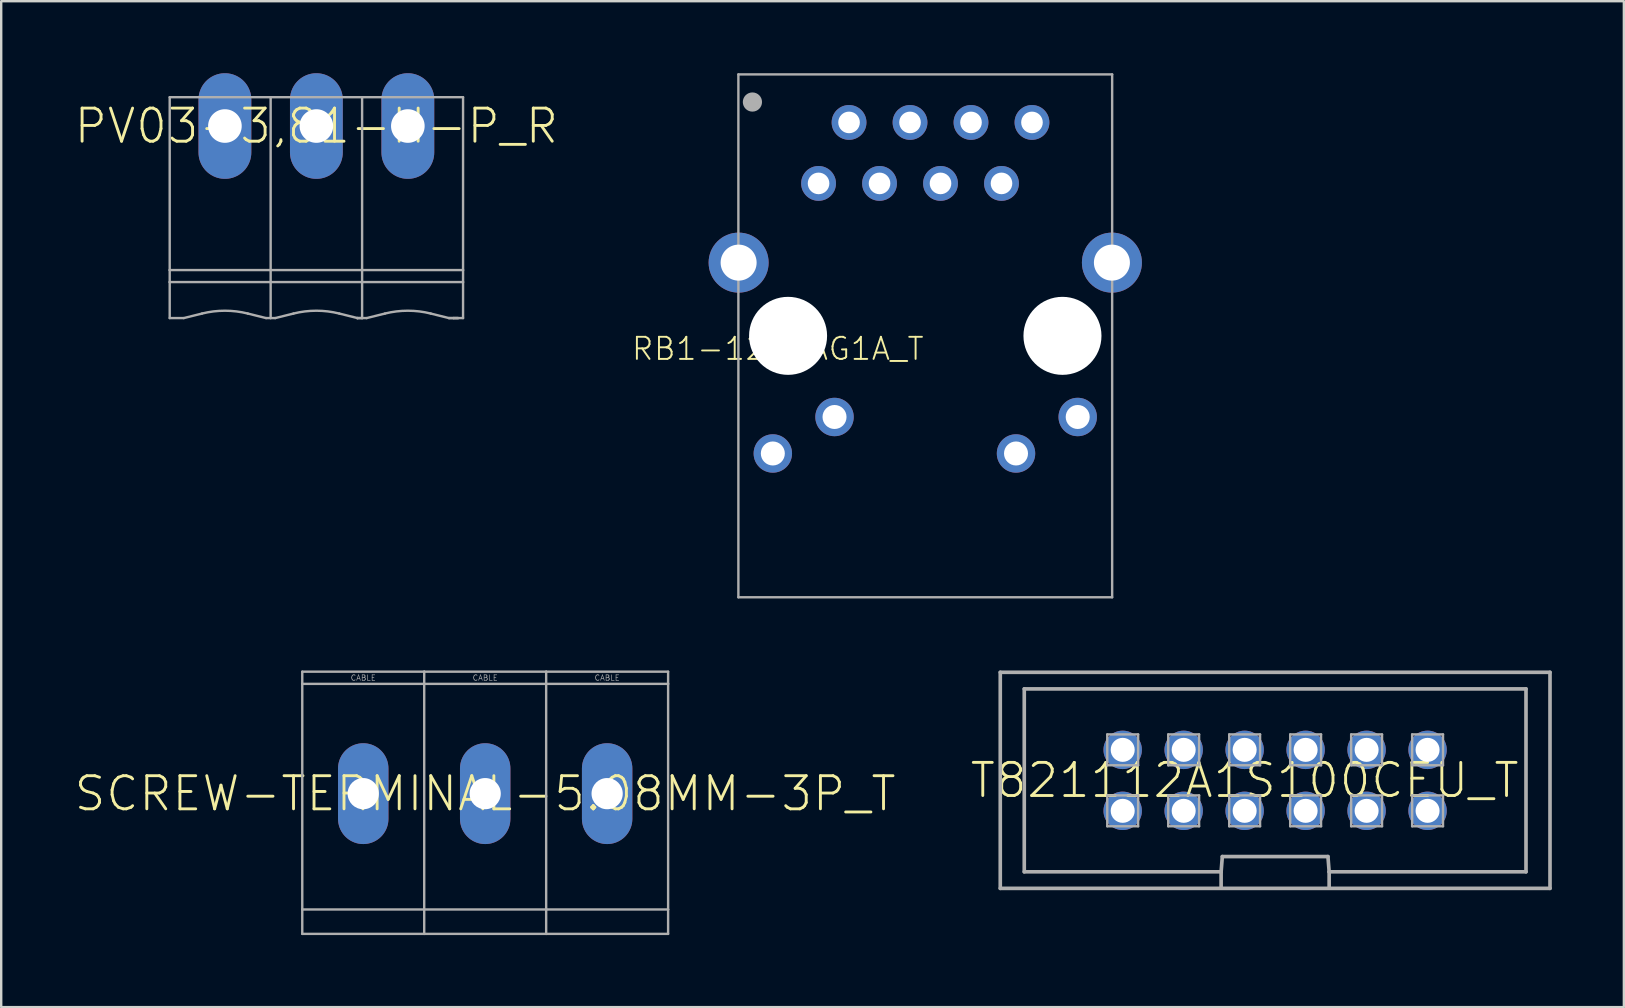
<source format=kicad_pcb>
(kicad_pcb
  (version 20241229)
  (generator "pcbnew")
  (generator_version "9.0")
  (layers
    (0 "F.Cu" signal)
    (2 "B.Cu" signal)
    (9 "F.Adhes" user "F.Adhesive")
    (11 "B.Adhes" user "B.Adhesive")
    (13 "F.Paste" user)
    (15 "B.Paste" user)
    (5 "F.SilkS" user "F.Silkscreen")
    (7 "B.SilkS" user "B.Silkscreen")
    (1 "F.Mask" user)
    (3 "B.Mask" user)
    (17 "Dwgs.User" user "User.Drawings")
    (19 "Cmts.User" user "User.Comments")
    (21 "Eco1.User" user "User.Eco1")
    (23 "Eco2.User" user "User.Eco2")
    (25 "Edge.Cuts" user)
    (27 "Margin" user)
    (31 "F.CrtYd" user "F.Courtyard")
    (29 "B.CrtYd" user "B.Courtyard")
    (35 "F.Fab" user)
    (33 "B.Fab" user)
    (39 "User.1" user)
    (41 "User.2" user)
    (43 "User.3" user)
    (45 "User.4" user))
  (footprint "PV03-3,81-H-P_R"
    (layer "F.Cu")
    (at 10.129 2.2)
    (property "Reference" "PV03-3,81-H-P_R" (at 0 0 0) (unlocked yes) (layer "F.SilkS") (effects (font (size 1.38 1.38) (thickness 0.12))))
    (fp_line (start -6.11 -1.2) (end -6.11 6) (stroke (width 0.1) (type solid)) (layer "F.Fab"))
    (fp_line (start -6.11 -1.2) (end -1.905 -1.2) (stroke (width 0.1) (type solid)) (layer "F.Fab"))
    (fp_line (start -6.11 6) (end -6.11 6.5) (stroke (width 0.1) (type solid)) (layer "F.Fab"))
    (fp_line (start -6.11 6) (end -1.905 6) (stroke (width 0.1) (type solid)) (layer "F.Fab"))
    (fp_line (start -6.11 6.5) (end -6.11 8) (stroke (width 0.1) (type solid)) (layer "F.Fab"))
    (fp_line (start -6.11 6.5) (end -1.905 6.5) (stroke (width 0.1) (type solid)) (layer "F.Fab"))
    (fp_line (start -6.11 8) (end -5.524 8) (stroke (width 0.1) (type solid)) (layer "F.Fab"))
    (fp_line (start -5.524 8) (end -4.763 7.811) (stroke (width 0.1) (type solid)) (layer "F.Fab"))
    (fp_line (start -2.095 8) (end -2.857 7.811) (stroke (width 0.1) (type solid)) (layer "F.Fab"))
    (fp_line (start -2.095 8) (end -1.905 8) (stroke (width 0.1) (type solid)) (layer "F.Fab"))
    (fp_line (start -1.905 -1.2) (end 1.905 -1.2) (stroke (width 0.1) (type solid)) (layer "F.Fab"))
    (fp_line (start -1.905 6) (end -1.905 -1.2) (stroke (width 0.1) (type solid)) (layer "F.Fab"))
    (fp_line (start -1.905 6) (end 1.905 6) (stroke (width 0.1) (type solid)) (layer "F.Fab"))
    (fp_line (start -1.905 6.5) (end -1.905 6) (stroke (width 0.1) (type solid)) (layer "F.Fab"))
    (fp_line (start -1.905 6.5) (end 1.905 6.5) (stroke (width 0.1) (type solid)) (layer "F.Fab"))
    (fp_line (start -1.905 8) (end -1.905 6.5) (stroke (width 0.1) (type solid)) (layer "F.Fab"))
    (fp_line (start -1.905 8) (end -1.714 8) (stroke (width 0.1) (type solid)) (layer "F.Fab"))
    (fp_line (start -1.714 8) (end -0.953 7.811) (stroke (width 0.1) (type solid)) (layer "F.Fab"))
    (fp_line (start 1.7 8) (end 1.714 8) (stroke (width 0.1) (type solid)) (layer "F.Fab"))
    (fp_line (start 1.7 8) (end 1.905 8) (stroke (width 0.1) (type solid)) (layer "F.Fab"))
    (fp_line (start 1.714 8) (end 0.953 7.811) (stroke (width 0.1) (type solid)) (layer "F.Fab"))
    (fp_line (start 1.714 8) (end 1.905 8) (stroke (width 0.1) (type solid)) (layer "F.Fab"))
    (fp_line (start 1.905 -1.2) (end 6.11 -1.2) (stroke (width 0.1) (type solid)) (layer "F.Fab"))
    (fp_line (start 1.905 6) (end 1.905 -1.2) (stroke (width 0.1) (type solid)) (layer "F.Fab"))
    (fp_line (start 1.905 6) (end 6.11 6) (stroke (width 0.1) (type solid)) (layer "F.Fab"))
    (fp_line (start 1.905 6.5) (end 1.905 6) (stroke (width 0.1) (type solid)) (layer "F.Fab"))
    (fp_line (start 1.905 6.5) (end 6.11 6.5) (stroke (width 0.1) (type solid)) (layer "F.Fab"))
    (fp_line (start 1.905 8) (end 1.905 6.5) (stroke (width 0.1) (type solid)) (layer "F.Fab"))
    (fp_line (start 2.095 8) (end 1.905 8) (stroke (width 0.1) (type solid)) (layer "F.Fab"))
    (fp_line (start 2.095 8) (end 2.857 7.811) (stroke (width 0.1) (type solid)) (layer "F.Fab"))
    (fp_line (start 5.524 8) (end 4.763 7.811) (stroke (width 0.1) (type solid)) (layer "F.Fab"))
    (fp_line (start 5.524 8) (end 5.715 8) (stroke (width 0.1) (type solid)) (layer "F.Fab"))
    (fp_line (start 5.524 8) (end 5.905 8) (stroke (width 0.1) (type solid)) (layer "F.Fab"))
    (fp_line (start 5.715 8) (end 5.905 8) (stroke (width 0.1) (type solid)) (layer "F.Fab"))
    (fp_line (start 5.715 8) (end 6.11 8) (stroke (width 0.1) (type solid)) (layer "F.Fab"))
    (fp_line (start 6.11 -1.2) (end 6.11 6) (stroke (width 0.1) (type solid)) (layer "F.Fab"))
    (fp_line (start 6.11 6) (end 6.11 6.5) (stroke (width 0.1) (type solid)) (layer "F.Fab"))
    (fp_line (start 6.11 6.5) (end 6.11 8) (stroke (width 0.1) (type solid)) (layer "F.Fab"))
    (fp_arc (start -4.7625 7.8105) (mid -3.81 7.693242) (end -2.8575 7.8105) (stroke (width 0.1) (type solid)) (layer "F.Fab"))
    (fp_arc (start -0.9525 7.8105) (mid 0 7.693242) (end 0.9525 7.8105) (stroke (width 0.1) (type solid)) (layer "F.Fab"))
    (fp_arc (start 2.8575 7.8105) (mid 3.81 7.693242) (end 4.7625 7.8105) (stroke (width 0.1) (type solid)) (layer "F.Fab"))
    (pad "1" thru_hole oval (at -3.81 0 90) (size 4.4 2.2) (drill 1.4) (layers "*.Cu" "*.Mask"))
    (pad "2" thru_hole oval (at 0 0 90) (size 4.4 2.2) (drill 1.4) (layers "*.Cu" "*.Mask"))
    (pad "3" thru_hole oval (at 3.81 0 90) (size 4.4 2.2) (drill 1.4) (layers "*.Cu" "*.Mask")))
  (footprint "RB1-125BAG1A_T"
    (layer "F.Cu")
    (at 35.493 10.94)
    (property "Reference" "RB1-125BAG1A_T" (at 0 0 0) (unlocked yes) (layer "F.SilkS") (effects (font (size 0.92 0.92) (thickness 0.08)) (justify right top)))
    (fp_line (start -7.785 -10.89) (end -7.785 10.89) (stroke (width 0.1) (type solid)) (layer "F.Fab"))
    (fp_line (start 7.785 -10.89) (end -7.785 -10.89) (stroke (width 0.1) (type solid)) (layer "F.Fab"))
    (fp_line (start 7.785 10.89) (end -7.785 10.89) (stroke (width 0.1) (type solid)) (layer "F.Fab"))
    (fp_line (start 7.785 10.89) (end 7.785 -10.89) (stroke (width 0.1) (type solid)) (layer "F.Fab"))
    (fp_circle (center -7.2 -9.74) (end -7 -9.74) (stroke (width 0.4) (type solid)) (fill no) (layer "F.Fab"))
    (pad "" np_thru_hole circle (at -5.715 0) (size 3.25 3.25) (drill 3.25) (layers "*.Cu" "*.Mask"))
    (pad "" np_thru_hole circle (at 5.715 0) (size 3.25 3.25) (drill 3.25) (layers "*.Cu" "*.Mask"))
    (pad "L1" thru_hole circle (at 6.35 3.38 180) (size 1.6 1.6) (drill 1) (layers "*.Cu" "*.Mask"))
    (pad "L2" thru_hole circle (at 3.78 4.9 180) (size 1.6 1.6) (drill 1) (layers "*.Cu" "*.Mask"))
    (pad "L3" thru_hole circle (at -3.78 3.38 180) (size 1.6 1.6) (drill 1) (layers "*.Cu" "*.Mask"))
    (pad "L4" thru_hole circle (at -6.35 4.9 180) (size 1.6 1.6) (drill 1) (layers "*.Cu" "*.Mask"))
    (pad "R1" thru_hole circle (at -4.445 -6.35) (size 1.45 1.45) (drill 0.9) (layers "*.Cu" "*.Mask"))
    (pad "R2" thru_hole circle (at -3.175 -8.89) (size 1.45 1.45) (drill 0.9) (layers "*.Cu" "*.Mask"))
    (pad "R3" thru_hole circle (at -1.905 -6.35) (size 1.45 1.45) (drill 0.9) (layers "*.Cu" "*.Mask"))
    (pad "R4" thru_hole circle (at -0.635 -8.89) (size 1.45 1.45) (drill 0.9) (layers "*.Cu" "*.Mask"))
    (pad "R5" thru_hole circle (at 0.635 -6.35) (size 1.45 1.45) (drill 0.9) (layers "*.Cu" "*.Mask"))
    (pad "R6" thru_hole circle (at 1.905 -8.89) (size 1.45 1.45) (drill 0.9) (layers "*.Cu" "*.Mask"))
    (pad "R7" thru_hole circle (at 3.175 -6.35) (size 1.45 1.45) (drill 0.9) (layers "*.Cu" "*.Mask"))
    (pad "R8" thru_hole circle (at 4.445 -8.89) (size 1.45 1.45) (drill 0.9) (layers "*.Cu" "*.Mask"))
    (pad "S1" thru_hole circle (at -7.775 -3.05 180) (size 2.5 2.5) (drill 1.5) (layers "*.Cu" "*.Mask"))
    (pad "S2" thru_hole circle (at 7.775 -3.05 180) (size 2.5 2.5) (drill 1.5) (layers "*.Cu" "*.Mask"))
    (zone (net_name "") (layer "F.Cu") (hatch edge 0.5) (connect_pads) (min_thickness 0.25) (filled_areas_thickness no) (keepout (tracks not_allowed) (vias not_allowed) (pads not_allowed) (copperpour not_allowed) (footprints allowed)) (placement (enabled no)) (fill) (polygon (pts (xy 29.178 10.94) (xy 29.178 5.54) (xy 30.378 5.54) (xy 30.378 10.94))))
    (zone (net_name "") (layer "F.Cu") (hatch edge 0.5) (connect_pads) (min_thickness 0.25) (filled_areas_thickness no) (keepout (tracks not_allowed) (vias not_allowed) (pads not_allowed) (copperpour not_allowed) (footprints allowed)) (placement (enabled no)) (fill) (polygon (pts (xy 33.993 17.84) (xy 33.993 16.34) (xy 36.993 16.34) (xy 36.993 17.84))))
    (zone (net_name "") (layer "F.Cu") (hatch edge 0.5) (connect_pads) (min_thickness 0.25) (filled_areas_thickness no) (keepout (tracks not_allowed) (vias not_allowed) (pads not_allowed) (copperpour not_allowed) (footprints allowed)) (placement (enabled no)) (fill) (polygon (pts (xy 40.608 10.94) (xy 40.608 5.54) (xy 41.808 5.54) (xy 41.808 10.94)))))
  (footprint "T821112A1S100CEU_T"
    (layer "F.Cu")
    (at 50.067 29.456)
    (property "Reference" "T821112A1S100CEU_T" (at -1.27 0 0) (unlocked yes) (layer "F.SilkS") (effects (font (size 1.38 1.38) (thickness 0.12))))
    (fp_line (start -11.45 -4.5) (end -11.45 4.5) (stroke (width 0.152) (type solid)) (layer "F.Fab"))
    (fp_line (start -11.45 4.5) (end 11.45 4.5) (stroke (width 0.152) (type solid)) (layer "F.Fab"))
    (fp_line (start -10.45 -3.81) (end -10.45 3.81) (stroke (width 0.152) (type solid)) (layer "F.Fab"))
    (fp_line (start -10.45 3.81) (end -2.25 3.81) (stroke (width 0.152) (type solid)) (layer "F.Fab"))
    (fp_line (start -6.993 -1.913) (end -6.993 -0.627) (stroke (width 0.1) (type solid)) (layer "F.Fab"))
    (fp_line (start -6.993 -0.627) (end -5.707 -0.627) (stroke (width 0.1) (type solid)) (layer "F.Fab"))
    (fp_line (start -6.993 0.627) (end -6.993 1.913) (stroke (width 0.1) (type solid)) (layer "F.Fab"))
    (fp_line (start -6.993 1.913) (end -5.707 1.913) (stroke (width 0.1) (type solid)) (layer "F.Fab"))
    (fp_line (start -5.707 -1.913) (end -6.993 -1.913) (stroke (width 0.1) (type solid)) (layer "F.Fab"))
    (fp_line (start -5.707 -0.627) (end -5.707 -1.913) (stroke (width 0.1) (type solid)) (layer "F.Fab"))
    (fp_line (start -5.707 0.627) (end -6.993 0.627) (stroke (width 0.1) (type solid)) (layer "F.Fab"))
    (fp_line (start -5.707 1.913) (end -5.707 0.627) (stroke (width 0.1) (type solid)) (layer "F.Fab"))
    (fp_line (start -4.453 -1.913) (end -4.453 -0.627) (stroke (width 0.1) (type solid)) (layer "F.Fab"))
    (fp_line (start -4.453 -0.627) (end -3.167 -0.627) (stroke (width 0.1) (type solid)) (layer "F.Fab"))
    (fp_line (start -4.453 0.627) (end -4.453 1.913) (stroke (width 0.1) (type solid)) (layer "F.Fab"))
    (fp_line (start -4.453 1.913) (end -3.167 1.913) (stroke (width 0.1) (type solid)) (layer "F.Fab"))
    (fp_line (start -3.167 -1.913) (end -4.453 -1.913) (stroke (width 0.1) (type solid)) (layer "F.Fab"))
    (fp_line (start -3.167 -0.627) (end -3.167 -1.913) (stroke (width 0.1) (type solid)) (layer "F.Fab"))
    (fp_line (start -3.167 0.627) (end -4.453 0.627) (stroke (width 0.1) (type solid)) (layer "F.Fab"))
    (fp_line (start -3.167 1.913) (end -3.167 0.627) (stroke (width 0.1) (type solid)) (layer "F.Fab"))
    (fp_line (start -2.25 3.81) (end -2.2 3.175) (stroke (width 0.152) (type solid)) (layer "F.Fab"))
    (fp_line (start -2.25 4.445) (end -2.25 3.81) (stroke (width 0.152) (type solid)) (layer "F.Fab"))
    (fp_line (start -2.2 3.175) (end 2.2 3.175) (stroke (width 0.152) (type solid)) (layer "F.Fab"))
    (fp_line (start -1.913 -1.913) (end -1.913 -0.627) (stroke (width 0.1) (type solid)) (layer "F.Fab"))
    (fp_line (start -1.913 -0.627) (end -0.627 -0.627) (stroke (width 0.1) (type solid)) (layer "F.Fab"))
    (fp_line (start -1.913 0.627) (end -1.913 1.913) (stroke (width 0.1) (type solid)) (layer "F.Fab"))
    (fp_line (start -1.913 1.913) (end -0.627 1.913) (stroke (width 0.1) (type solid)) (layer "F.Fab"))
    (fp_line (start -0.627 -1.913) (end -1.913 -1.913) (stroke (width 0.1) (type solid)) (layer "F.Fab"))
    (fp_line (start -0.627 -0.627) (end -0.627 -1.913) (stroke (width 0.1) (type solid)) (layer "F.Fab"))
    (fp_line (start -0.627 0.627) (end -1.913 0.627) (stroke (width 0.1) (type solid)) (layer "F.Fab"))
    (fp_line (start -0.627 1.913) (end -0.627 0.627) (stroke (width 0.1) (type solid)) (layer "F.Fab"))
    (fp_line (start 0.627 -1.913) (end 0.627 -0.627) (stroke (width 0.1) (type solid)) (layer "F.Fab"))
    (fp_line (start 0.627 -0.627) (end 1.913 -0.627) (stroke (width 0.1) (type solid)) (layer "F.Fab"))
    (fp_line (start 0.627 0.627) (end 0.627 1.913) (stroke (width 0.1) (type solid)) (layer "F.Fab"))
    (fp_line (start 0.627 1.913) (end 1.913 1.913) (stroke (width 0.1) (type solid)) (layer "F.Fab"))
    (fp_line (start 1.913 -1.913) (end 0.627 -1.913) (stroke (width 0.1) (type solid)) (layer "F.Fab"))
    (fp_line (start 1.913 -0.627) (end 1.913 -1.913) (stroke (width 0.1) (type solid)) (layer "F.Fab"))
    (fp_line (start 1.913 0.627) (end 0.627 0.627) (stroke (width 0.1) (type solid)) (layer "F.Fab"))
    (fp_line (start 1.913 1.913) (end 1.913 0.627) (stroke (width 0.1) (type solid)) (layer "F.Fab"))
    (fp_line (start 2.2 3.175) (end 2.25 3.81) (stroke (width 0.152) (type solid)) (layer "F.Fab"))
    (fp_line (start 2.25 3.81) (end 2.25 4.445) (stroke (width 0.152) (type solid)) (layer "F.Fab"))
    (fp_line (start 2.25 3.81) (end 10.45 3.81) (stroke (width 0.152) (type solid)) (layer "F.Fab"))
    (fp_line (start 3.167 -1.913) (end 3.167 -0.627) (stroke (width 0.1) (type solid)) (layer "F.Fab"))
    (fp_line (start 3.167 -0.627) (end 4.453 -0.627) (stroke (width 0.1) (type solid)) (layer "F.Fab"))
    (fp_line (start 3.167 0.627) (end 3.167 1.913) (stroke (width 0.1) (type solid)) (layer "F.Fab"))
    (fp_line (start 3.167 1.913) (end 4.453 1.913) (stroke (width 0.1) (type solid)) (layer "F.Fab"))
    (fp_line (start 4.453 -1.913) (end 3.167 -1.913) (stroke (width 0.1) (type solid)) (layer "F.Fab"))
    (fp_line (start 4.453 -0.627) (end 4.453 -1.913) (stroke (width 0.1) (type solid)) (layer "F.Fab"))
    (fp_line (start 4.453 0.627) (end 3.167 0.627) (stroke (width 0.1) (type solid)) (layer "F.Fab"))
    (fp_line (start 4.453 1.913) (end 4.453 0.627) (stroke (width 0.1) (type solid)) (layer "F.Fab"))
    (fp_line (start 5.707 -1.913) (end 5.707 -0.627) (stroke (width 0.1) (type solid)) (layer "F.Fab"))
    (fp_line (start 5.707 -0.627) (end 6.993 -0.627) (stroke (width 0.1) (type solid)) (layer "F.Fab"))
    (fp_line (start 5.707 0.627) (end 5.707 1.913) (stroke (width 0.1) (type solid)) (layer "F.Fab"))
    (fp_line (start 5.707 1.913) (end 6.993 1.913) (stroke (width 0.1) (type solid)) (layer "F.Fab"))
    (fp_line (start 6.993 -1.913) (end 5.707 -1.913) (stroke (width 0.1) (type solid)) (layer "F.Fab"))
    (fp_line (start 6.993 -0.627) (end 6.993 -1.913) (stroke (width 0.1) (type solid)) (layer "F.Fab"))
    (fp_line (start 6.993 0.627) (end 5.707 0.627) (stroke (width 0.1) (type solid)) (layer "F.Fab"))
    (fp_line (start 6.993 1.913) (end 6.993 0.627) (stroke (width 0.1) (type solid)) (layer "F.Fab"))
    (fp_line (start 10.45 -3.81) (end -10.45 -3.81) (stroke (width 0.152) (type solid)) (layer "F.Fab"))
    (fp_line (start 10.45 3.81) (end 10.45 -3.81) (stroke (width 0.152) (type solid)) (layer "F.Fab"))
    (fp_line (start 11.45 -4.5) (end -11.45 -4.5) (stroke (width 0.152) (type solid)) (layer "F.Fab"))
    (fp_line (start 11.45 4.5) (end 11.45 -4.5) (stroke (width 0.152) (type solid)) (layer "F.Fab"))
    (fp_text user "3" (at -3.81 1.27 90) (layer "F.Fab") (effects (font (size 0.366 0.366) (thickness 0.041))))
    (fp_text user "8" (at 1.27 -1.27 90) (layer "F.Fab") (effects (font (size 0.366 0.366) (thickness 0.041))))
    (fp_text user "12" (at 6.35 -1.27 90) (layer "F.Fab") (effects (font (size 0.366 0.366) (thickness 0.041))))
    (fp_text user "1" (at -6.35 1.27 90) (layer "F.Fab") (effects (font (size 0.366 0.366) (thickness 0.041))))
    (fp_text user "7" (at 1.27 1.27 90) (layer "F.Fab") (effects (font (size 0.366 0.366) (thickness 0.041))))
    (fp_text user "11" (at 6.35 1.27 90) (layer "F.Fab") (effects (font (size 0.366 0.366) (thickness 0.041))))
    (fp_text user "10" (at 3.81 -1.27 90) (layer "F.Fab") (effects (font (size 0.366 0.366) (thickness 0.041))))
    (fp_text user "6" (at -1.27 -1.27 90) (layer "F.Fab") (effects (font (size 0.366 0.366) (thickness 0.041))))
    (fp_text user "2" (at -6.35 -1.27 90) (layer "F.Fab") (effects (font (size 0.366 0.366) (thickness 0.041))))
    (fp_text user "4" (at -3.81 -1.27 90) (layer "F.Fab") (effects (font (size 0.366 0.366) (thickness 0.041))))
    (fp_text user "9" (at 3.81 1.27 90) (layer "F.Fab") (effects (font (size 0.366 0.366) (thickness 0.041))))
    (fp_text user "5" (at -1.27 1.27 90) (layer "F.Fab") (effects (font (size 0.366 0.366) (thickness 0.041))))
    (pad "1" thru_hole circle (at -6.35 1.27 90) (size 1.6 1.6) (drill 1) (layers "*.Cu" "*.Mask"))
    (pad "2" thru_hole circle (at -6.35 -1.27 90) (size 1.6 1.6) (drill 1) (layers "*.Cu" "*.Mask"))
    (pad "3" thru_hole circle (at -3.81 1.27 90) (size 1.6 1.6) (drill 1) (layers "*.Cu" "*.Mask"))
    (pad "4" thru_hole circle (at -3.81 -1.27 90) (size 1.6 1.6) (drill 1) (layers "*.Cu" "*.Mask"))
    (pad "5" thru_hole circle (at -1.27 1.27 90) (size 1.6 1.6) (drill 1) (layers "*.Cu" "*.Mask"))
    (pad "6" thru_hole circle (at -1.27 -1.27 90) (size 1.6 1.6) (drill 1) (layers "*.Cu" "*.Mask"))
    (pad "7" thru_hole circle (at 1.27 1.27 90) (size 1.6 1.6) (drill 1) (layers "*.Cu" "*.Mask"))
    (pad "8" thru_hole circle (at 1.27 -1.27 90) (size 1.6 1.6) (drill 1) (layers "*.Cu" "*.Mask"))
    (pad "9" thru_hole circle (at 3.81 1.27 90) (size 1.6 1.6) (drill 1) (layers "*.Cu" "*.Mask"))
    (pad "10" thru_hole circle (at 3.81 -1.27 90) (size 1.6 1.6) (drill 1) (layers "*.Cu" "*.Mask"))
    (pad "11" thru_hole circle (at 6.35 1.27 90) (size 1.6 1.6) (drill 1) (layers "*.Cu" "*.Mask"))
    (pad "12" thru_hole circle (at 6.35 -1.27 90) (size 1.6 1.6) (drill 1) (layers "*.Cu" "*.Mask")))
  (footprint "SCREW-TERMINAL-5.08MM-3P_T"
    (layer "F.Cu")
    (at 17.161 30.01)
    (property "Reference" "SCREW-TERMINAL-5.08MM-3P_T" (at 0 0 0) (unlocked yes) (layer "F.SilkS") (effects (font (size 1.38 1.38) (thickness 0.12))))
    (fp_line (start -7.62 -5.08) (end -7.62 -4.572) (stroke (width 0.1) (type solid)) (layer "F.Fab"))
    (fp_line (start -7.62 -4.572) (end -7.62 4.826) (stroke (width 0.1) (type solid)) (layer "F.Fab"))
    (fp_line (start -7.62 -4.572) (end 2.54 -4.572) (stroke (width 0.1) (type solid)) (layer "F.Fab"))
    (fp_line (start -7.62 4.826) (end -7.62 5.842) (stroke (width 0.1) (type solid)) (layer "F.Fab"))
    (fp_line (start -7.62 4.826) (end 2.54 4.826) (stroke (width 0.1) (type solid)) (layer "F.Fab"))
    (fp_line (start -7.62 5.842) (end -2.54 5.842) (stroke (width 0.1) (type solid)) (layer "F.Fab"))
    (fp_line (start -2.54 -5.08) (end -7.62 -5.08) (stroke (width 0.1) (type solid)) (layer "F.Fab"))
    (fp_line (start -2.54 -5.08) (end -2.54 5.842) (stroke (width 0.1) (type solid)) (layer "F.Fab"))
    (fp_line (start -2.54 5.842) (end 2.54 5.842) (stroke (width 0.1) (type solid)) (layer "F.Fab"))
    (fp_line (start 2.54 -5.08) (end -2.54 -5.08) (stroke (width 0.1) (type solid)) (layer "F.Fab"))
    (fp_line (start 2.54 -5.08) (end 7.62 -5.08) (stroke (width 0.1) (type solid)) (layer "F.Fab"))
    (fp_line (start 2.54 -4.572) (end 2.54 -5.08) (stroke (width 0.1) (type solid)) (layer "F.Fab"))
    (fp_line (start 2.54 -4.572) (end 7.62 -4.572) (stroke (width 0.1) (type solid)) (layer "F.Fab"))
    (fp_line (start 2.54 4.826) (end 2.54 -4.572) (stroke (width 0.1) (type solid)) (layer "F.Fab"))
    (fp_line (start 2.54 4.826) (end 7.62 4.826) (stroke (width 0.1) (type solid)) (layer "F.Fab"))
    (fp_line (start 2.54 5.842) (end 2.54 4.826) (stroke (width 0.1) (type solid)) (layer "F.Fab"))
    (fp_line (start 7.62 -5.08) (end 7.62 -4.572) (stroke (width 0.1) (type solid)) (layer "F.Fab"))
    (fp_line (start 7.62 -4.572) (end 7.62 4.826) (stroke (width 0.1) (type solid)) (layer "F.Fab"))
    (fp_line (start 7.62 4.826) (end 7.62 5.842) (stroke (width 0.1) (type solid)) (layer "F.Fab"))
    (fp_line (start 7.62 5.842) (end 2.54 5.842) (stroke (width 0.1) (type solid)) (layer "F.Fab"))
    (fp_text user "CABLE" (at -5.08 -4.826 0) (layer "F.Fab") (effects (font (size 0.229 0.229) (thickness 0.025))))
    (fp_text user "CABLE" (at 0 -4.826 0) (layer "F.Fab") (effects (font (size 0.229 0.229) (thickness 0.025))))
    (fp_text user "CABLE" (at 5.08 -4.826 0) (layer "F.Fab") (effects (font (size 0.229 0.229) (thickness 0.025))))
    (pad "1" thru_hole oval (at -5.08 0 90) (size 4.2 2.1) (drill 1.3) (layers "*.Cu" "*.Mask"))
    (pad "2" thru_hole oval (at 0 0 90) (size 4.2 2.1) (drill 1.3) (layers "*.Cu" "*.Mask"))
    (pad "3" thru_hole oval (at 5.08 0 90) (size 4.2 2.1) (drill 1.3) (layers "*.Cu" "*.Mask")))
  (gr_rect
    (start -3 -3)
    (end 64.594 38.902)
    (stroke (width 0.1) (type default))
    (fill no)
    (layer "Edge.Cuts")))
</source>
